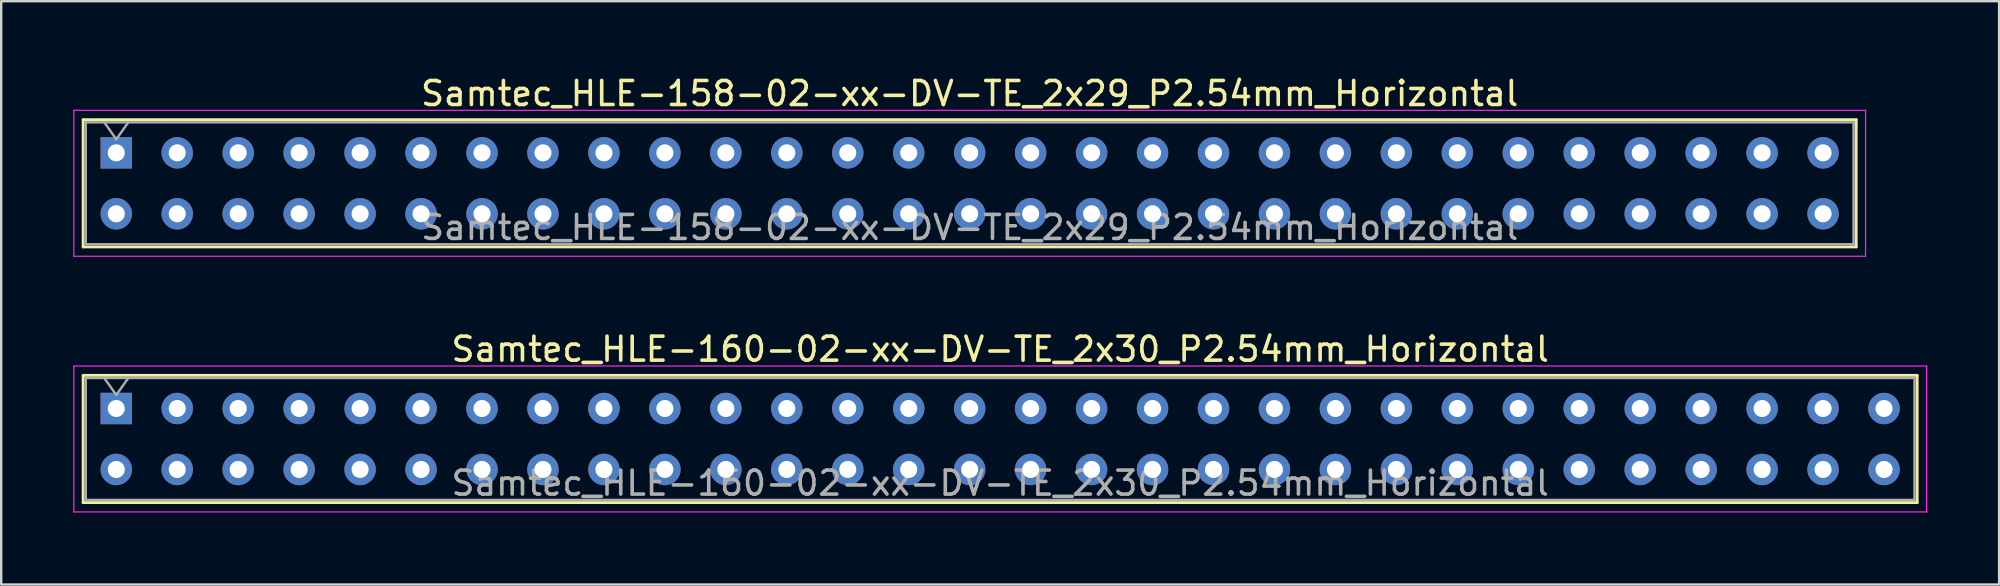
<source format=kicad_pcb>
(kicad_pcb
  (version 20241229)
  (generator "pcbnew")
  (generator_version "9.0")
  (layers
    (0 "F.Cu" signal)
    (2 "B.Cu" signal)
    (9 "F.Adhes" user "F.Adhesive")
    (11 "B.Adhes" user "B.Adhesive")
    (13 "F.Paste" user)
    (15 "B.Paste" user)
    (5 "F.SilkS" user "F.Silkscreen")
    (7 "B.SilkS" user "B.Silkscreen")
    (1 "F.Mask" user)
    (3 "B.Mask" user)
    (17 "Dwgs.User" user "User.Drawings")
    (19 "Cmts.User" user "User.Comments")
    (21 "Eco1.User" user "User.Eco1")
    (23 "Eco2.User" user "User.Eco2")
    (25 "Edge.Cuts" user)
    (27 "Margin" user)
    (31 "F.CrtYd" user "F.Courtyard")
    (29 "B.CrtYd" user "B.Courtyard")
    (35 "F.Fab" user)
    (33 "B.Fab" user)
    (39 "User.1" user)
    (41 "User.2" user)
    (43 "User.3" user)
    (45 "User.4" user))
  (footprint "Samtec_HLE-160-02-xx-DV-TE_2x30_P2.54mm_Horizontal"
    (layer "F.Cu")
    (at 1.795 13.972)
    (property "Reference" "Samtec_HLE-160-02-xx-DV-TE_2x30_P2.54mm_Horizontal" (at 36.83 -2.47 0) (layer "F.SilkS") (effects (font (size 1 1) (thickness 0.15))))
    (attr through_hole)
    (fp_line (start -1.38 -1.38) (end 75.04 -1.38) (stroke (width 0.12) (type solid)) (layer "F.SilkS"))
    (fp_line (start -1.38 3.92) (end -1.38 -1.38) (stroke (width 0.12) (type solid)) (layer "F.SilkS"))
    (fp_line (start 75.04 -1.38) (end 75.04 3.92) (stroke (width 0.12) (type solid)) (layer "F.SilkS"))
    (fp_line (start 75.04 3.92) (end -1.38 3.92) (stroke (width 0.12) (type solid)) (layer "F.SilkS"))
    (fp_line (start -1.77 -1.77) (end 75.43 -1.77) (stroke (width 0.05) (type solid)) (layer "F.CrtYd"))
    (fp_line (start -1.77 4.31) (end -1.77 -1.77) (stroke (width 0.05) (type solid)) (layer "F.CrtYd"))
    (fp_line (start 75.43 -1.77) (end 75.43 4.31) (stroke (width 0.05) (type solid)) (layer "F.CrtYd"))
    (fp_line (start 75.43 4.31) (end -1.77 4.31) (stroke (width 0.05) (type solid)) (layer "F.CrtYd"))
    (fp_line (start -1.27 -1.27) (end 74.93 -1.27) (stroke (width 0.1) (type solid)) (layer "F.Fab"))
    (fp_line (start -1.27 3.81) (end -1.27 -1.27) (stroke (width 0.1) (type solid)) (layer "F.Fab"))
    (fp_line (start -0.5 -1.27) (end 0 -0.563) (stroke (width 0.1) (type solid)) (layer "F.Fab"))
    (fp_line (start 0 -0.563) (end 0.5 -1.27) (stroke (width 0.1) (type solid)) (layer "F.Fab"))
    (fp_line (start 74.93 -1.27) (end 74.93 3.81) (stroke (width 0.1) (type solid)) (layer "F.Fab"))
    (fp_line (start 74.93 3.81) (end -1.27 3.81) (stroke (width 0.1) (type solid)) (layer "F.Fab"))
    (fp_text user "${REFERENCE}" (at 36.83 3.11 0) (layer "F.Fab") (effects (font (size 1 1) (thickness 0.15))))
    (pad "1" thru_hole rect (at 0 0) (size 1.31 1.31) (drill 0.71) (layers "*.Cu" "*.Mask"))
    (pad "2" thru_hole circle (at 0 2.54) (size 1.31 1.31) (drill 0.71) (layers "*.Cu" "*.Mask"))
    (pad "3" thru_hole circle (at 2.54 0) (size 1.31 1.31) (drill 0.71) (layers "*.Cu" "*.Mask"))
    (pad "4" thru_hole circle (at 2.54 2.54) (size 1.31 1.31) (drill 0.71) (layers "*.Cu" "*.Mask"))
    (pad "5" thru_hole circle (at 5.08 0) (size 1.31 1.31) (drill 0.71) (layers "*.Cu" "*.Mask"))
    (pad "6" thru_hole circle (at 5.08 2.54) (size 1.31 1.31) (drill 0.71) (layers "*.Cu" "*.Mask"))
    (pad "7" thru_hole circle (at 7.62 0) (size 1.31 1.31) (drill 0.71) (layers "*.Cu" "*.Mask"))
    (pad "8" thru_hole circle (at 7.62 2.54) (size 1.31 1.31) (drill 0.71) (layers "*.Cu" "*.Mask"))
    (pad "9" thru_hole circle (at 10.16 0) (size 1.31 1.31) (drill 0.71) (layers "*.Cu" "*.Mask"))
    (pad "10" thru_hole circle (at 10.16 2.54) (size 1.31 1.31) (drill 0.71) (layers "*.Cu" "*.Mask"))
    (pad "11" thru_hole circle (at 12.7 0) (size 1.31 1.31) (drill 0.71) (layers "*.Cu" "*.Mask"))
    (pad "12" thru_hole circle (at 12.7 2.54) (size 1.31 1.31) (drill 0.71) (layers "*.Cu" "*.Mask"))
    (pad "13" thru_hole circle (at 15.24 0) (size 1.31 1.31) (drill 0.71) (layers "*.Cu" "*.Mask"))
    (pad "14" thru_hole circle (at 15.24 2.54) (size 1.31 1.31) (drill 0.71) (layers "*.Cu" "*.Mask"))
    (pad "15" thru_hole circle (at 17.78 0) (size 1.31 1.31) (drill 0.71) (layers "*.Cu" "*.Mask"))
    (pad "16" thru_hole circle (at 17.78 2.54) (size 1.31 1.31) (drill 0.71) (layers "*.Cu" "*.Mask"))
    (pad "17" thru_hole circle (at 20.32 0) (size 1.31 1.31) (drill 0.71) (layers "*.Cu" "*.Mask"))
    (pad "18" thru_hole circle (at 20.32 2.54) (size 1.31 1.31) (drill 0.71) (layers "*.Cu" "*.Mask"))
    (pad "19" thru_hole circle (at 22.86 0) (size 1.31 1.31) (drill 0.71) (layers "*.Cu" "*.Mask"))
    (pad "20" thru_hole circle (at 22.86 2.54) (size 1.31 1.31) (drill 0.71) (layers "*.Cu" "*.Mask"))
    (pad "21" thru_hole circle (at 25.4 0) (size 1.31 1.31) (drill 0.71) (layers "*.Cu" "*.Mask"))
    (pad "22" thru_hole circle (at 25.4 2.54) (size 1.31 1.31) (drill 0.71) (layers "*.Cu" "*.Mask"))
    (pad "23" thru_hole circle (at 27.94 0) (size 1.31 1.31) (drill 0.71) (layers "*.Cu" "*.Mask"))
    (pad "24" thru_hole circle (at 27.94 2.54) (size 1.31 1.31) (drill 0.71) (layers "*.Cu" "*.Mask"))
    (pad "25" thru_hole circle (at 30.48 0) (size 1.31 1.31) (drill 0.71) (layers "*.Cu" "*.Mask"))
    (pad "26" thru_hole circle (at 30.48 2.54) (size 1.31 1.31) (drill 0.71) (layers "*.Cu" "*.Mask"))
    (pad "27" thru_hole circle (at 33.02 0) (size 1.31 1.31) (drill 0.71) (layers "*.Cu" "*.Mask"))
    (pad "28" thru_hole circle (at 33.02 2.54) (size 1.31 1.31) (drill 0.71) (layers "*.Cu" "*.Mask"))
    (pad "29" thru_hole circle (at 35.56 0) (size 1.31 1.31) (drill 0.71) (layers "*.Cu" "*.Mask"))
    (pad "30" thru_hole circle (at 35.56 2.54) (size 1.31 1.31) (drill 0.71) (layers "*.Cu" "*.Mask"))
    (pad "31" thru_hole circle (at 38.1 0) (size 1.31 1.31) (drill 0.71) (layers "*.Cu" "*.Mask"))
    (pad "32" thru_hole circle (at 38.1 2.54) (size 1.31 1.31) (drill 0.71) (layers "*.Cu" "*.Mask"))
    (pad "33" thru_hole circle (at 40.64 0) (size 1.31 1.31) (drill 0.71) (layers "*.Cu" "*.Mask"))
    (pad "34" thru_hole circle (at 40.64 2.54) (size 1.31 1.31) (drill 0.71) (layers "*.Cu" "*.Mask"))
    (pad "35" thru_hole circle (at 43.18 0) (size 1.31 1.31) (drill 0.71) (layers "*.Cu" "*.Mask"))
    (pad "36" thru_hole circle (at 43.18 2.54) (size 1.31 1.31) (drill 0.71) (layers "*.Cu" "*.Mask"))
    (pad "37" thru_hole circle (at 45.72 0) (size 1.31 1.31) (drill 0.71) (layers "*.Cu" "*.Mask"))
    (pad "38" thru_hole circle (at 45.72 2.54) (size 1.31 1.31) (drill 0.71) (layers "*.Cu" "*.Mask"))
    (pad "39" thru_hole circle (at 48.26 0) (size 1.31 1.31) (drill 0.71) (layers "*.Cu" "*.Mask"))
    (pad "40" thru_hole circle (at 48.26 2.54) (size 1.31 1.31) (drill 0.71) (layers "*.Cu" "*.Mask"))
    (pad "41" thru_hole circle (at 50.8 0) (size 1.31 1.31) (drill 0.71) (layers "*.Cu" "*.Mask"))
    (pad "42" thru_hole circle (at 50.8 2.54) (size 1.31 1.31) (drill 0.71) (layers "*.Cu" "*.Mask"))
    (pad "43" thru_hole circle (at 53.34 0) (size 1.31 1.31) (drill 0.71) (layers "*.Cu" "*.Mask"))
    (pad "44" thru_hole circle (at 53.34 2.54) (size 1.31 1.31) (drill 0.71) (layers "*.Cu" "*.Mask"))
    (pad "45" thru_hole circle (at 55.88 0) (size 1.31 1.31) (drill 0.71) (layers "*.Cu" "*.Mask"))
    (pad "46" thru_hole circle (at 55.88 2.54) (size 1.31 1.31) (drill 0.71) (layers "*.Cu" "*.Mask"))
    (pad "47" thru_hole circle (at 58.42 0) (size 1.31 1.31) (drill 0.71) (layers "*.Cu" "*.Mask"))
    (pad "48" thru_hole circle (at 58.42 2.54) (size 1.31 1.31) (drill 0.71) (layers "*.Cu" "*.Mask"))
    (pad "49" thru_hole circle (at 60.96 0) (size 1.31 1.31) (drill 0.71) (layers "*.Cu" "*.Mask"))
    (pad "50" thru_hole circle (at 60.96 2.54) (size 1.31 1.31) (drill 0.71) (layers "*.Cu" "*.Mask"))
    (pad "51" thru_hole circle (at 63.5 0) (size 1.31 1.31) (drill 0.71) (layers "*.Cu" "*.Mask"))
    (pad "52" thru_hole circle (at 63.5 2.54) (size 1.31 1.31) (drill 0.71) (layers "*.Cu" "*.Mask"))
    (pad "53" thru_hole circle (at 66.04 0) (size 1.31 1.31) (drill 0.71) (layers "*.Cu" "*.Mask"))
    (pad "54" thru_hole circle (at 66.04 2.54) (size 1.31 1.31) (drill 0.71) (layers "*.Cu" "*.Mask"))
    (pad "55" thru_hole circle (at 68.58 0) (size 1.31 1.31) (drill 0.71) (layers "*.Cu" "*.Mask"))
    (pad "56" thru_hole circle (at 68.58 2.54) (size 1.31 1.31) (drill 0.71) (layers "*.Cu" "*.Mask"))
    (pad "57" thru_hole circle (at 71.12 0) (size 1.31 1.31) (drill 0.71) (layers "*.Cu" "*.Mask"))
    (pad "58" thru_hole circle (at 71.12 2.54) (size 1.31 1.31) (drill 0.71) (layers "*.Cu" "*.Mask"))
    (pad "59" thru_hole circle (at 73.66 0) (size 1.31 1.31) (drill 0.71) (layers "*.Cu" "*.Mask"))
    (pad "60" thru_hole circle (at 73.66 2.54) (size 1.31 1.31) (drill 0.71) (layers "*.Cu" "*.Mask")))
  (footprint "Samtec_HLE-158-02-xx-DV-TE_2x29_P2.54mm_Horizontal"
    (layer "F.Cu")
    (at 1.795 3.318)
    (property "Reference" "Samtec_HLE-158-02-xx-DV-TE_2x29_P2.54mm_Horizontal" (at 35.56 -2.47 0) (layer "F.SilkS") (effects (font (size 1 1) (thickness 0.15))))
    (attr through_hole)
    (fp_line (start -1.38 -1.38) (end 72.5 -1.38) (stroke (width 0.12) (type solid)) (layer "F.SilkS"))
    (fp_line (start -1.38 3.92) (end -1.38 -1.38) (stroke (width 0.12) (type solid)) (layer "F.SilkS"))
    (fp_line (start 72.5 -1.38) (end 72.5 3.92) (stroke (width 0.12) (type solid)) (layer "F.SilkS"))
    (fp_line (start 72.5 3.92) (end -1.38 3.92) (stroke (width 0.12) (type solid)) (layer "F.SilkS"))
    (fp_line (start -1.77 -1.77) (end 72.89 -1.77) (stroke (width 0.05) (type solid)) (layer "F.CrtYd"))
    (fp_line (start -1.77 4.31) (end -1.77 -1.77) (stroke (width 0.05) (type solid)) (layer "F.CrtYd"))
    (fp_line (start 72.89 -1.77) (end 72.89 4.31) (stroke (width 0.05) (type solid)) (layer "F.CrtYd"))
    (fp_line (start 72.89 4.31) (end -1.77 4.31) (stroke (width 0.05) (type solid)) (layer "F.CrtYd"))
    (fp_line (start -1.27 -1.27) (end 72.39 -1.27) (stroke (width 0.1) (type solid)) (layer "F.Fab"))
    (fp_line (start -1.27 3.81) (end -1.27 -1.27) (stroke (width 0.1) (type solid)) (layer "F.Fab"))
    (fp_line (start -0.5 -1.27) (end 0 -0.563) (stroke (width 0.1) (type solid)) (layer "F.Fab"))
    (fp_line (start 0 -0.563) (end 0.5 -1.27) (stroke (width 0.1) (type solid)) (layer "F.Fab"))
    (fp_line (start 72.39 -1.27) (end 72.39 3.81) (stroke (width 0.1) (type solid)) (layer "F.Fab"))
    (fp_line (start 72.39 3.81) (end -1.27 3.81) (stroke (width 0.1) (type solid)) (layer "F.Fab"))
    (fp_text user "${REFERENCE}" (at 35.56 3.11 0) (layer "F.Fab") (effects (font (size 1 1) (thickness 0.15))))
    (pad "1" thru_hole rect (at 0 0) (size 1.31 1.31) (drill 0.71) (layers "*.Cu" "*.Mask"))
    (pad "2" thru_hole circle (at 0 2.54) (size 1.31 1.31) (drill 0.71) (layers "*.Cu" "*.Mask"))
    (pad "3" thru_hole circle (at 2.54 0) (size 1.31 1.31) (drill 0.71) (layers "*.Cu" "*.Mask"))
    (pad "4" thru_hole circle (at 2.54 2.54) (size 1.31 1.31) (drill 0.71) (layers "*.Cu" "*.Mask"))
    (pad "5" thru_hole circle (at 5.08 0) (size 1.31 1.31) (drill 0.71) (layers "*.Cu" "*.Mask"))
    (pad "6" thru_hole circle (at 5.08 2.54) (size 1.31 1.31) (drill 0.71) (layers "*.Cu" "*.Mask"))
    (pad "7" thru_hole circle (at 7.62 0) (size 1.31 1.31) (drill 0.71) (layers "*.Cu" "*.Mask"))
    (pad "8" thru_hole circle (at 7.62 2.54) (size 1.31 1.31) (drill 0.71) (layers "*.Cu" "*.Mask"))
    (pad "9" thru_hole circle (at 10.16 0) (size 1.31 1.31) (drill 0.71) (layers "*.Cu" "*.Mask"))
    (pad "10" thru_hole circle (at 10.16 2.54) (size 1.31 1.31) (drill 0.71) (layers "*.Cu" "*.Mask"))
    (pad "11" thru_hole circle (at 12.7 0) (size 1.31 1.31) (drill 0.71) (layers "*.Cu" "*.Mask"))
    (pad "12" thru_hole circle (at 12.7 2.54) (size 1.31 1.31) (drill 0.71) (layers "*.Cu" "*.Mask"))
    (pad "13" thru_hole circle (at 15.24 0) (size 1.31 1.31) (drill 0.71) (layers "*.Cu" "*.Mask"))
    (pad "14" thru_hole circle (at 15.24 2.54) (size 1.31 1.31) (drill 0.71) (layers "*.Cu" "*.Mask"))
    (pad "15" thru_hole circle (at 17.78 0) (size 1.31 1.31) (drill 0.71) (layers "*.Cu" "*.Mask"))
    (pad "16" thru_hole circle (at 17.78 2.54) (size 1.31 1.31) (drill 0.71) (layers "*.Cu" "*.Mask"))
    (pad "17" thru_hole circle (at 20.32 0) (size 1.31 1.31) (drill 0.71) (layers "*.Cu" "*.Mask"))
    (pad "18" thru_hole circle (at 20.32 2.54) (size 1.31 1.31) (drill 0.71) (layers "*.Cu" "*.Mask"))
    (pad "19" thru_hole circle (at 22.86 0) (size 1.31 1.31) (drill 0.71) (layers "*.Cu" "*.Mask"))
    (pad "20" thru_hole circle (at 22.86 2.54) (size 1.31 1.31) (drill 0.71) (layers "*.Cu" "*.Mask"))
    (pad "21" thru_hole circle (at 25.4 0) (size 1.31 1.31) (drill 0.71) (layers "*.Cu" "*.Mask"))
    (pad "22" thru_hole circle (at 25.4 2.54) (size 1.31 1.31) (drill 0.71) (layers "*.Cu" "*.Mask"))
    (pad "23" thru_hole circle (at 27.94 0) (size 1.31 1.31) (drill 0.71) (layers "*.Cu" "*.Mask"))
    (pad "24" thru_hole circle (at 27.94 2.54) (size 1.31 1.31) (drill 0.71) (layers "*.Cu" "*.Mask"))
    (pad "25" thru_hole circle (at 30.48 0) (size 1.31 1.31) (drill 0.71) (layers "*.Cu" "*.Mask"))
    (pad "26" thru_hole circle (at 30.48 2.54) (size 1.31 1.31) (drill 0.71) (layers "*.Cu" "*.Mask"))
    (pad "27" thru_hole circle (at 33.02 0) (size 1.31 1.31) (drill 0.71) (layers "*.Cu" "*.Mask"))
    (pad "28" thru_hole circle (at 33.02 2.54) (size 1.31 1.31) (drill 0.71) (layers "*.Cu" "*.Mask"))
    (pad "29" thru_hole circle (at 35.56 0) (size 1.31 1.31) (drill 0.71) (layers "*.Cu" "*.Mask"))
    (pad "30" thru_hole circle (at 35.56 2.54) (size 1.31 1.31) (drill 0.71) (layers "*.Cu" "*.Mask"))
    (pad "31" thru_hole circle (at 38.1 0) (size 1.31 1.31) (drill 0.71) (layers "*.Cu" "*.Mask"))
    (pad "32" thru_hole circle (at 38.1 2.54) (size 1.31 1.31) (drill 0.71) (layers "*.Cu" "*.Mask"))
    (pad "33" thru_hole circle (at 40.64 0) (size 1.31 1.31) (drill 0.71) (layers "*.Cu" "*.Mask"))
    (pad "34" thru_hole circle (at 40.64 2.54) (size 1.31 1.31) (drill 0.71) (layers "*.Cu" "*.Mask"))
    (pad "35" thru_hole circle (at 43.18 0) (size 1.31 1.31) (drill 0.71) (layers "*.Cu" "*.Mask"))
    (pad "36" thru_hole circle (at 43.18 2.54) (size 1.31 1.31) (drill 0.71) (layers "*.Cu" "*.Mask"))
    (pad "37" thru_hole circle (at 45.72 0) (size 1.31 1.31) (drill 0.71) (layers "*.Cu" "*.Mask"))
    (pad "38" thru_hole circle (at 45.72 2.54) (size 1.31 1.31) (drill 0.71) (layers "*.Cu" "*.Mask"))
    (pad "39" thru_hole circle (at 48.26 0) (size 1.31 1.31) (drill 0.71) (layers "*.Cu" "*.Mask"))
    (pad "40" thru_hole circle (at 48.26 2.54) (size 1.31 1.31) (drill 0.71) (layers "*.Cu" "*.Mask"))
    (pad "41" thru_hole circle (at 50.8 0) (size 1.31 1.31) (drill 0.71) (layers "*.Cu" "*.Mask"))
    (pad "42" thru_hole circle (at 50.8 2.54) (size 1.31 1.31) (drill 0.71) (layers "*.Cu" "*.Mask"))
    (pad "43" thru_hole circle (at 53.34 0) (size 1.31 1.31) (drill 0.71) (layers "*.Cu" "*.Mask"))
    (pad "44" thru_hole circle (at 53.34 2.54) (size 1.31 1.31) (drill 0.71) (layers "*.Cu" "*.Mask"))
    (pad "45" thru_hole circle (at 55.88 0) (size 1.31 1.31) (drill 0.71) (layers "*.Cu" "*.Mask"))
    (pad "46" thru_hole circle (at 55.88 2.54) (size 1.31 1.31) (drill 0.71) (layers "*.Cu" "*.Mask"))
    (pad "47" thru_hole circle (at 58.42 0) (size 1.31 1.31) (drill 0.71) (layers "*.Cu" "*.Mask"))
    (pad "48" thru_hole circle (at 58.42 2.54) (size 1.31 1.31) (drill 0.71) (layers "*.Cu" "*.Mask"))
    (pad "49" thru_hole circle (at 60.96 0) (size 1.31 1.31) (drill 0.71) (layers "*.Cu" "*.Mask"))
    (pad "50" thru_hole circle (at 60.96 2.54) (size 1.31 1.31) (drill 0.71) (layers "*.Cu" "*.Mask"))
    (pad "51" thru_hole circle (at 63.5 0) (size 1.31 1.31) (drill 0.71) (layers "*.Cu" "*.Mask"))
    (pad "52" thru_hole circle (at 63.5 2.54) (size 1.31 1.31) (drill 0.71) (layers "*.Cu" "*.Mask"))
    (pad "53" thru_hole circle (at 66.04 0) (size 1.31 1.31) (drill 0.71) (layers "*.Cu" "*.Mask"))
    (pad "54" thru_hole circle (at 66.04 2.54) (size 1.31 1.31) (drill 0.71) (layers "*.Cu" "*.Mask"))
    (pad "55" thru_hole circle (at 68.58 0) (size 1.31 1.31) (drill 0.71) (layers "*.Cu" "*.Mask"))
    (pad "56" thru_hole circle (at 68.58 2.54) (size 1.31 1.31) (drill 0.71) (layers "*.Cu" "*.Mask"))
    (pad "57" thru_hole circle (at 71.12 0) (size 1.31 1.31) (drill 0.71) (layers "*.Cu" "*.Mask"))
    (pad "58" thru_hole circle (at 71.12 2.54) (size 1.31 1.31) (drill 0.71) (layers "*.Cu" "*.Mask")))
  (gr_rect
    (start -3 -3)
    (end 80.25 21.306)
    (stroke (width 0.1) (type default))
    (fill no)
    (layer "Edge.Cuts")))
</source>
